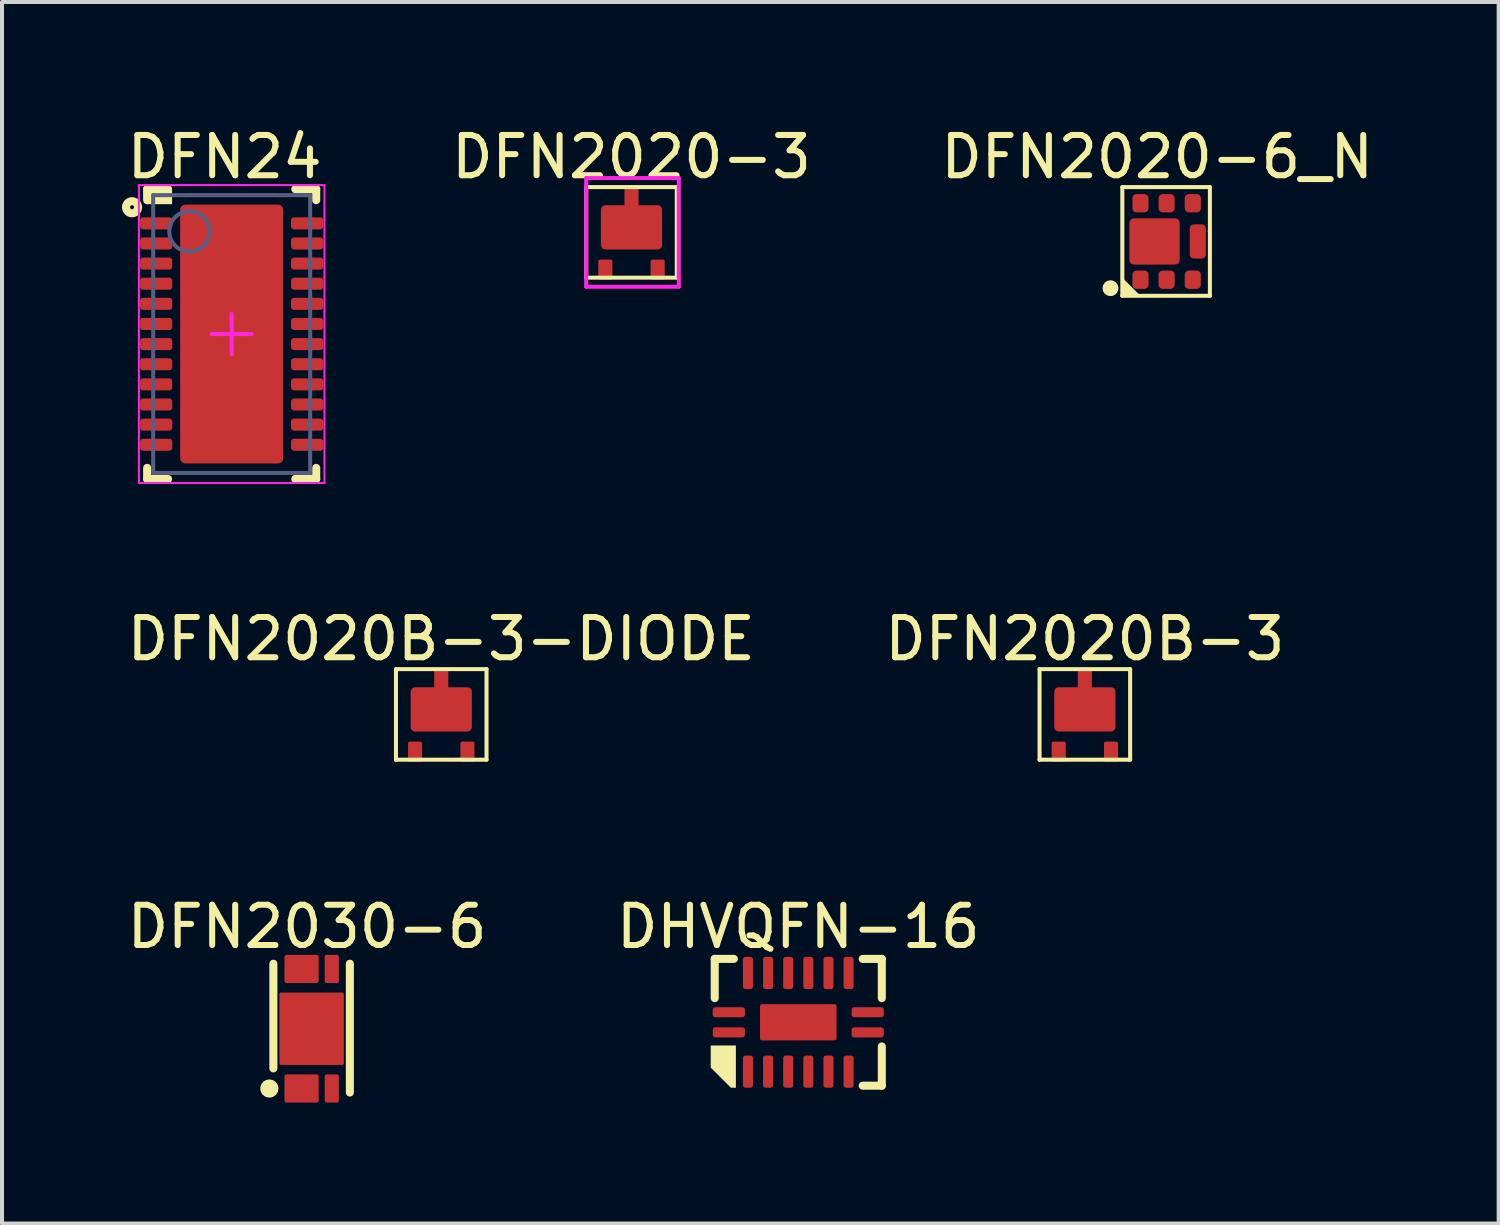
<source format=kicad_pcb>
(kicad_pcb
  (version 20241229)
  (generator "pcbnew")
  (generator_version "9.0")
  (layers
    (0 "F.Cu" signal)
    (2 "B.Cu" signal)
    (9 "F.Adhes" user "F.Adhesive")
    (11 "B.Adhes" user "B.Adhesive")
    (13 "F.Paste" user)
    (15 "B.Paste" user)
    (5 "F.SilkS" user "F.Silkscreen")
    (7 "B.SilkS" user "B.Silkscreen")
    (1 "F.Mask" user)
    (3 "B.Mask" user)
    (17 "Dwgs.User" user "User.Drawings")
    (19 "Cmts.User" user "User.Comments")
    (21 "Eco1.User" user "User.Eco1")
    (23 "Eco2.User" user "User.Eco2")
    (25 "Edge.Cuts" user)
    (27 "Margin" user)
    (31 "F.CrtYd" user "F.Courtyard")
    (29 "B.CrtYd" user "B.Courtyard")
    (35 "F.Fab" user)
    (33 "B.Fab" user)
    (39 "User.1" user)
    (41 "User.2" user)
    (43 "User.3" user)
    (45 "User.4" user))
  (footprint "DFN2030-6"
    (layer "F.Cu")
    (at 4.441 23.89)
    (property "Reference" "DFN2030-6" (at 0.137 -3.92 0) (layer "F.SilkS") (effects (font (size 1 1) (thickness 0.15))))
    (fp_line (start -0.7 -0.4) (end -0.7 -3) (stroke (width 0.2) (type solid)) (layer "F.SilkS"))
    (fp_line (start 1.2 0.2) (end 1.2 -3) (stroke (width 0.2) (type solid)) (layer "F.SilkS"))
    (fp_arc (start -0.7 0.1) (mid -0.897325 0.122975) (end -0.710557 0.055279) (stroke (width 0.254) (type solid)) (layer "F.SilkS"))
    (pad "1" smd roundrect (at 0 0.1) (size 0.85 0.7) (layers "F.Cu" "F.Mask" "F.Paste") (roundrect_rratio 0.075))
    (pad "2" smd roundrect (at 0.75 0.1) (size 0.35 0.7) (layers "F.Cu" "F.Mask" "F.Paste") (roundrect_rratio 0.125))
    (pad "3" smd roundrect (at 0.75 -2.87) (size 0.35 0.7) (layers "F.Cu" "F.Mask" "F.Paste") (roundrect_rratio 0.125))
    (pad "4" smd roundrect (at 0 -2.87) (size 0.85 0.7) (layers "F.Cu" "F.Mask" "F.Paste") (roundrect_rratio 0.075))
    (pad "5" smd roundrect (at 0.25 -1.385) (size 1.6 1.8) (layers "F.Cu" "F.Mask" "F.Paste") (roundrect_rratio 0.025)))
  (footprint "DFN2020-6_N"
    (layer "F.Cu")
    (at 25.93 2.948)
    (property "Reference" "DFN2020-6_N" (at -0.234 -2.1 0) (layer "F.SilkS") (effects (font (size 1 1) (thickness 0.15))))
    (fp_line (start -1.1 -1.35) (end 1.075 -1.35) (stroke (width 0.1) (type solid)) (layer "F.SilkS"))
    (fp_line (start -1.1 1.35) (end -1.1 -1.35) (stroke (width 0.1) (type solid)) (layer "F.SilkS"))
    (fp_line (start -1.1 1.35) (end 1.075 1.35) (stroke (width 0.1) (type solid)) (layer "F.SilkS"))
    (fp_line (start 1.075 1.35) (end 1.075 -1.35) (stroke (width 0.1) (type solid)) (layer "F.SilkS"))
    (fp_arc (start -1.325003 1.174998) (mid -1.465041 1.159989) (end -1.324592 1.149506) (stroke (width 0.254) (type solid)) (layer "F.SilkS"))
    (fp_poly (pts (xy -1.1 1.35) (xy -0.65 1.35) (xy -1.1 0.9)) (stroke (width 0) (type default)) (fill yes) (layer "F.SilkS"))
    (pad "D" smd roundrect (at -0.65 -0.95) (size 0.4 0.455) (layers "F.Cu" "F.Mask" "F.Paste") (roundrect_rratio 0.25))
    (pad "D" smd roundrect (at -0.65 0.95) (size 0.4 0.455) (layers "F.Cu" "F.Mask" "F.Paste") (roundrect_rratio 0.25))
    (pad "D" smd roundrect (at -0.3 0) (size 1.25 1.15) (layers "F.Cu" "F.Mask" "F.Paste") (roundrect_rratio 0.1))
    (pad "D" smd roundrect (at 0 -0.95) (size 0.4 0.455) (layers "F.Cu" "F.Mask" "F.Paste") (roundrect_rratio 0.25))
    (pad "D" smd roundrect (at 0 0.95) (size 0.4 0.455) (layers "F.Cu" "F.Mask" "F.Paste") (roundrect_rratio 0.25))
    (pad "G" smd roundrect (at 0.65 0.95) (size 0.4 0.455) (layers "F.Cu" "F.Mask" "F.Paste") (roundrect_rratio 0.25))
    (pad "S" smd roundrect (at 0.65 -0.95) (size 0.4 0.455) (layers "F.Cu" "F.Mask" "F.Paste") (roundrect_rratio 0.25))
    (pad "S" smd roundrect (at 0.775 0) (size 0.4 0.85) (layers "F.Cu" "F.Mask" "F.Paste") (roundrect_rratio 0.25)))
  (footprint "DHVQFN-16"
    (layer "F.Cu")
    (at 16.78 22.345)
    (property "Reference" "DHVQFN-16" (at -0.00002 -2.375 0) (layer "F.SilkS") (effects (font (size 1 1) (thickness 0.15))))
    (fp_line (start -2.075 -1.575) (end -1.6 -1.575) (stroke (width 0.2) (type solid)) (layer "F.SilkS"))
    (fp_line (start -2.075 -0.6) (end -2.075 -1.575) (stroke (width 0.2) (type solid)) (layer "F.SilkS"))
    (fp_line (start 1.6 -1.575) (end 2.075 -1.575) (stroke (width 0.2) (type solid)) (layer "F.SilkS"))
    (fp_line (start 1.6 1.575) (end 2.075 1.575) (stroke (width 0.2) (type solid)) (layer "F.SilkS"))
    (fp_line (start 2.075 -0.6) (end 2.075 -1.575) (stroke (width 0.2) (type solid)) (layer "F.SilkS"))
    (fp_line (start 2.075 1.575) (end 2.075 0.6) (stroke (width 0.2) (type solid)) (layer "F.SilkS"))
    (fp_poly (pts (xy -2.175 0.575) (xy -1.55 1.2) (xy -1.55 1.625) (xy -1.675 1.625) (xy -2.175 1.125) (xy -2.175 0.575) (xy -1.55 0.575) (xy -1.55 1.222)) (stroke (width 0) (type default)) (fill yes) (layer "F.SilkS"))
    (fp_rect (start -0.55 0.2) (end -0.125 -0.225) (stroke (width 0) (type default)) (fill yes) (layer "F.Paste"))
    (fp_rect (start 0.55 -0.225) (end 0.125 0.2) (stroke (width 0) (type default)) (fill yes) (layer "F.Paste"))
    (fp_line (start -2.4 -1.9) (end 2.4 -1.9) (stroke (width 0.2) (type solid)) (layer "Eco2.User"))
    (fp_line (start -2.4 1.9) (end -2.4 -1.9) (stroke (width 0.2) (type solid)) (layer "Eco2.User"))
    (fp_line (start -2.4 1.9) (end 2.4 1.9) (stroke (width 0.2) (type solid)) (layer "Eco2.User"))
    (fp_line (start 2.4 1.9) (end 2.4 -1.9) (stroke (width 0.2) (type solid)) (layer "Eco2.User"))
    (pad "1" smd roundrect (at -1.725 0.25 90) (size 0.25 0.8) (layers "F.Cu" "F.Mask" "F.Paste") (roundrect_rratio 0.25))
    (pad "2" smd roundrect (at -1.25 1.225) (size 0.25 0.8) (layers "F.Cu" "F.Mask" "F.Paste") (roundrect_rratio 0.25))
    (pad "3" smd roundrect (at -0.75 1.225) (size 0.25 0.8) (layers "F.Cu" "F.Mask" "F.Paste") (roundrect_rratio 0.25))
    (pad "4" smd roundrect (at -0.25 1.225) (size 0.25 0.8) (layers "F.Cu" "F.Mask" "F.Paste") (roundrect_rratio 0.25))
    (pad "5" smd roundrect (at 0.25 1.225) (size 0.25 0.8) (layers "F.Cu" "F.Mask" "F.Paste") (roundrect_rratio 0.25))
    (pad "6" smd roundrect (at 0.75 1.225) (size 0.25 0.8) (layers "F.Cu" "F.Mask" "F.Paste") (roundrect_rratio 0.25))
    (pad "7" smd roundrect (at 1.25 1.225) (size 0.25 0.8) (layers "F.Cu" "F.Mask" "F.Paste") (roundrect_rratio 0.25))
    (pad "8" smd roundrect (at 1.725 0.25 90) (size 0.25 0.8) (layers "F.Cu" "F.Mask" "F.Paste") (roundrect_rratio 0.25))
    (pad "9" smd roundrect (at 1.725 -0.25 90) (size 0.25 0.8) (layers "F.Cu" "F.Mask" "F.Paste") (roundrect_rratio 0.25))
    (pad "10" smd roundrect (at 1.25 -1.225) (size 0.25 0.8) (layers "F.Cu" "F.Mask" "F.Paste") (roundrect_rratio 0.25))
    (pad "11" smd roundrect (at 0.75 -1.225) (size 0.25 0.8) (layers "F.Cu" "F.Mask" "F.Paste") (roundrect_rratio 0.25))
    (pad "12" smd roundrect (at 0.25 -1.225) (size 0.25 0.8) (layers "F.Cu" "F.Mask" "F.Paste") (roundrect_rratio 0.25))
    (pad "13" smd roundrect (at -0.25 -1.225) (size 0.25 0.8) (layers "F.Cu" "F.Mask" "F.Paste") (roundrect_rratio 0.25))
    (pad "14" smd roundrect (at -0.75 -1.225) (size 0.25 0.8) (layers "F.Cu" "F.Mask" "F.Paste") (roundrect_rratio 0.25))
    (pad "15" smd roundrect (at -1.25 -1.225) (size 0.25 0.8) (layers "F.Cu" "F.Mask" "F.Paste") (roundrect_rratio 0.25))
    (pad "16" smd roundrect (at -1.725 -0.25 90) (size 0.25 0.8) (layers "F.Cu" "F.Mask" "F.Paste") (roundrect_rratio 0.25))
    (pad "16" smd roundrect (at 0 0 90) (size 0.9 1.9) (layers "F.Cu" "F.Mask" "F.Paste") (roundrect_rratio 0.05)))
  (footprint "DFN2020B-3-DIODE"
    (layer "F.Cu")
    (at 7.911 14.572)
    (property "Reference" "DFN2020B-3-DIODE" (at 0 -1.75 0) (layer "F.SilkS") (effects (font (size 1 1) (thickness 0.15))))
    (fp_line (start -1.125 -1) (end 1.125 -1) (stroke (width 0.1) (type solid)) (layer "F.SilkS"))
    (fp_line (start -1.125 1.25) (end -1.125 -1) (stroke (width 0.1) (type solid)) (layer "F.SilkS"))
    (fp_line (start -1.125 1.25) (end 1.125 1.25) (stroke (width 0.1) (type solid)) (layer "F.SilkS"))
    (fp_line (start 1.125 1.25) (end 1.125 -1) (stroke (width 0.1) (type solid)) (layer "F.SilkS"))
    (fp_line (start -1.2 -1.2) (end 1.2 -1.2) (stroke (width 0.1) (type solid)) (layer "Eco2.User"))
    (fp_line (start -1.2 1.5) (end -1.2 -1.2) (stroke (width 0.1) (type solid)) (layer "Eco2.User"))
    (fp_line (start -1.2 1.5) (end 1.2 1.5) (stroke (width 0.1) (type solid)) (layer "Eco2.User"))
    (fp_line (start 1.2 1.5) (end 1.2 -1.2) (stroke (width 0.1) (type solid)) (layer "Eco2.User"))
    (pad "A" smd roundrect (at -0.65 1.05) (size 0.35 0.5) (layers "F.Cu" "F.Mask" "F.Paste") (roundrect_rratio 0.125))
    (pad "A" smd roundrect (at 0.65 1.05) (size 0.35 0.5) (layers "F.Cu" "F.Mask" "F.Paste") (roundrect_rratio 0.125))
    (pad "K" smd roundrect (at 0 -0.725) (size 0.35 0.6) (layers "F.Cu" "F.Mask" "F.Paste") (roundrect_rratio 0.125))
    (pad "K" smd roundrect (at 0 0) (size 1.52 1.1) (layers "F.Cu" "F.Mask" "F.Paste") (roundrect_rratio 0.1)))
  (footprint "DFN24"
    (layer "F.Cu")
    (at 2.705 5.248)
    (property "Reference" "DFN24" (at -0.175 -4.4 0) (layer "F.SilkS") (effects (font (size 1 1) (thickness 0.15))))
    (fp_line (start -2.1 -3.6) (end -1.58 -3.6) (stroke (width 0.2) (type solid)) (layer "F.SilkS"))
    (fp_line (start -2.1 -3.325) (end -2.1 -3.6) (stroke (width 0.2) (type solid)) (layer "F.SilkS"))
    (fp_line (start -2.1 3.6) (end -2.1 3.325) (stroke (width 0.2) (type solid)) (layer "F.SilkS"))
    (fp_line (start -2.1 3.6) (end -1.58 3.6) (stroke (width 0.2) (type solid)) (layer "F.SilkS"))
    (fp_line (start 1.58 -3.6) (end 2.1 -3.6) (stroke (width 0.2) (type solid)) (layer "F.SilkS"))
    (fp_line (start 1.58 3.6) (end 2.1 3.6) (stroke (width 0.2) (type solid)) (layer "F.SilkS"))
    (fp_line (start 2.1 -3.325) (end 2.1 -3.6) (stroke (width 0.2) (type solid)) (layer "F.SilkS"))
    (fp_line (start 2.1 3.6) (end 2.1 3.325) (stroke (width 0.2) (type solid)) (layer "F.SilkS"))
    (fp_rect (start -2.1 -3.226) (end -1.48 -3.6) (stroke (width 0) (type default)) (fill yes) (layer "F.SilkS"))
    (fp_circle (center -2.475 -3.15) (end -2.475 -3.2) (stroke (width 0.2) (type solid)) (fill no) (layer "F.SilkS"))
    (fp_rect (start -1.18 -2.035) (end -0.1 -3.125) (stroke (width 0) (type default)) (fill yes) (layer "F.Paste"))
    (fp_rect (start -1.18 -0.745) (end -0.1 -1.835) (stroke (width 0) (type default)) (fill yes) (layer "F.Paste"))
    (fp_rect (start -1.18 0.545) (end -0.1 -0.545) (stroke (width 0) (type default)) (fill yes) (layer "F.Paste"))
    (fp_rect (start -1.18 1.835) (end -0.1 0.745) (stroke (width 0) (type default)) (fill yes) (layer "F.Paste"))
    (fp_rect (start -1.18 3.125) (end -0.1 2.035) (stroke (width 0) (type default)) (fill yes) (layer "F.Paste"))
    (fp_rect (start 0.1 -2.035) (end 1.18 -3.125) (stroke (width 0) (type default)) (fill yes) (layer "F.Paste"))
    (fp_rect (start 0.1 -0.745) (end 1.18 -1.835) (stroke (width 0) (type default)) (fill yes) (layer "F.Paste"))
    (fp_rect (start 0.1 0.545) (end 1.18 -0.545) (stroke (width 0) (type default)) (fill yes) (layer "F.Paste"))
    (fp_rect (start 0.1 1.835) (end 1.18 0.745) (stroke (width 0) (type default)) (fill yes) (layer "F.Paste"))
    (fp_rect (start 0.1 3.125) (end 1.18 2.035) (stroke (width 0) (type default)) (fill yes) (layer "F.Paste"))
    (fp_line (start -2.305 -3.7) (end 2.305 -3.7) (stroke (width 0.05) (type solid)) (layer "F.CrtYd"))
    (fp_line (start -2.305 3.7) (end -2.305 -3.7) (stroke (width 0.05) (type solid)) (layer "F.CrtYd"))
    (fp_line (start -2.305 3.7) (end 2.305 3.7) (stroke (width 0.05) (type solid)) (layer "F.CrtYd"))
    (fp_line (start -0.5 0) (end 0.5 0) (stroke (width 0.1) (type solid)) (layer "F.CrtYd"))
    (fp_line (start 0 0.5) (end 0 -0.5) (stroke (width 0.1) (type solid)) (layer "F.CrtYd"))
    (fp_line (start 2.305 3.7) (end 2.305 -3.7) (stroke (width 0.05) (type solid)) (layer "F.CrtYd"))
    (fp_line (start -1.95 -3.45) (end 1.95 -3.45) (stroke (width 0.1) (type solid)) (layer "B.Fab"))
    (fp_line (start -1.95 3.45) (end -1.95 -3.45) (stroke (width 0.1) (type solid)) (layer "B.Fab"))
    (fp_line (start -1.95 3.45) (end 1.95 3.45) (stroke (width 0.1) (type solid)) (layer "B.Fab"))
    (fp_line (start 1.95 3.45) (end 1.95 -3.45) (stroke (width 0.1) (type solid)) (layer "B.Fab"))
    (fp_circle (center -1.05 -2.55) (end -1.05 -3.05) (stroke (width 0.1) (type solid)) (fill no) (layer "B.Fab"))
    (pad "1" smd roundrect (at -1.875 -2.75 90) (size 0.3 0.8) (layers "F.Cu" "F.Mask" "F.Paste") (roundrect_rratio 0.25))
    (pad "2" smd roundrect (at -1.875 -2.25 90) (size 0.3 0.8) (layers "F.Cu" "F.Mask" "F.Paste") (roundrect_rratio 0.25))
    (pad "3" smd roundrect (at -1.875 -1.75 90) (size 0.3 0.8) (layers "F.Cu" "F.Mask" "F.Paste") (roundrect_rratio 0.25))
    (pad "4" smd roundrect (at -1.875 -1.25 90) (size 0.3 0.8) (layers "F.Cu" "F.Mask" "F.Paste") (roundrect_rratio 0.25))
    (pad "5" smd roundrect (at -1.875 -0.75 90) (size 0.3 0.8) (layers "F.Cu" "F.Mask" "F.Paste") (roundrect_rratio 0.25))
    (pad "6" smd roundrect (at -1.875 -0.25 90) (size 0.3 0.8) (layers "F.Cu" "F.Mask" "F.Paste") (roundrect_rratio 0.25))
    (pad "7" smd roundrect (at -1.875 0.25 90) (size 0.3 0.8) (layers "F.Cu" "F.Mask" "F.Paste") (roundrect_rratio 0.25))
    (pad "8" smd roundrect (at -1.875 0.75 90) (size 0.3 0.8) (layers "F.Cu" "F.Mask" "F.Paste") (roundrect_rratio 0.25))
    (pad "9" smd roundrect (at -1.875 1.25 90) (size 0.3 0.8) (layers "F.Cu" "F.Mask" "F.Paste") (roundrect_rratio 0.25))
    (pad "10" smd roundrect (at -1.875 1.75 90) (size 0.3 0.8) (layers "F.Cu" "F.Mask" "F.Paste") (roundrect_rratio 0.25))
    (pad "11" smd roundrect (at -1.875 2.25 90) (size 0.3 0.8) (layers "F.Cu" "F.Mask" "F.Paste") (roundrect_rratio 0.25))
    (pad "12" smd roundrect (at -1.875 2.75 90) (size 0.3 0.8) (layers "F.Cu" "F.Mask" "F.Paste") (roundrect_rratio 0.25))
    (pad "13" smd roundrect (at 1.875 2.75 90) (size 0.3 0.8) (layers "F.Cu" "F.Mask" "F.Paste") (roundrect_rratio 0.25))
    (pad "14" smd roundrect (at 1.875 2.25 90) (size 0.3 0.8) (layers "F.Cu" "F.Mask" "F.Paste") (roundrect_rratio 0.25))
    (pad "15" smd roundrect (at 1.875 1.75 90) (size 0.3 0.8) (layers "F.Cu" "F.Mask" "F.Paste") (roundrect_rratio 0.25))
    (pad "16" smd roundrect (at 1.875 1.25 90) (size 0.3 0.8) (layers "F.Cu" "F.Mask" "F.Paste") (roundrect_rratio 0.25))
    (pad "17" smd roundrect (at 1.875 0.75 90) (size 0.3 0.8) (layers "F.Cu" "F.Mask" "F.Paste") (roundrect_rratio 0.25))
    (pad "18" smd roundrect (at 1.875 0.25 90) (size 0.3 0.8) (layers "F.Cu" "F.Mask" "F.Paste") (roundrect_rratio 0.25))
    (pad "19" smd roundrect (at 1.875 -0.25 90) (size 0.3 0.8) (layers "F.Cu" "F.Mask" "F.Paste") (roundrect_rratio 0.25))
    (pad "20" smd roundrect (at 1.875 -0.75 90) (size 0.3 0.8) (layers "F.Cu" "F.Mask" "F.Paste") (roundrect_rratio 0.25))
    (pad "21" smd roundrect (at 1.875 -1.25 90) (size 0.3 0.8) (layers "F.Cu" "F.Mask" "F.Paste") (roundrect_rratio 0.25))
    (pad "22" smd roundrect (at 1.875 -1.75 90) (size 0.3 0.8) (layers "F.Cu" "F.Mask" "F.Paste") (roundrect_rratio 0.25))
    (pad "23" smd roundrect (at 1.875 -2.25 90) (size 0.3 0.8) (layers "F.Cu" "F.Mask" "F.Paste") (roundrect_rratio 0.25))
    (pad "24" smd roundrect (at 1.875 -2.75 90) (size 0.3 0.8) (layers "F.Cu" "F.Mask" "F.Paste") (roundrect_rratio 0.25))
    (pad "25" smd roundrect (at 0 0 90) (size 6.43 2.56) (layers "F.Cu" "F.Mask" "F.Paste") (roundrect_rratio 0.05)))
  (footprint "DFN2020-3"
    (layer "F.Cu")
    (at 12.637 2.598)
    (property "Reference" "DFN2020-3" (at 0 -1.75 0) (layer "F.SilkS") (effects (font (size 1 1) (thickness 0.15))))
    (fp_line (start -1.125 -1) (end 1.125 -1) (stroke (width 0.1) (type solid)) (layer "F.SilkS"))
    (fp_line (start -1.125 1.25) (end -1.125 -1) (stroke (width 0.1) (type solid)) (layer "F.SilkS"))
    (fp_line (start -1.125 1.25) (end 1.125 1.25) (stroke (width 0.1) (type solid)) (layer "F.SilkS"))
    (fp_line (start 1.125 1.25) (end 1.125 -1) (stroke (width 0.1) (type solid)) (layer "F.SilkS"))
    (fp_line (start -1.125 -1.225) (end 1.175 -1.225) (stroke (width 0.1) (type solid)) (layer "F.CrtYd"))
    (fp_line (start -1.125 1.475) (end -1.125 -1.225) (stroke (width 0.1) (type solid)) (layer "F.CrtYd"))
    (fp_line (start -1.125 1.475) (end 1.175 1.475) (stroke (width 0.1) (type solid)) (layer "F.CrtYd"))
    (fp_line (start 1.175 1.475) (end 1.175 -1.225) (stroke (width 0.1) (type solid)) (layer "F.CrtYd"))
    (pad "1" smd roundrect (at -0.65 1.05) (size 0.35 0.5) (layers "F.Cu" "F.Mask" "F.Paste") (roundrect_rratio 0.125))
    (pad "2" smd roundrect (at 0.65 1.05) (size 0.35 0.5) (layers "F.Cu" "F.Mask" "F.Paste") (roundrect_rratio 0.125))
    (pad "3" smd roundrect (at 0 -0.725) (size 0.35 0.6) (layers "F.Cu" "F.Mask" "F.Paste") (roundrect_rratio 0.125))
    (pad "3" smd roundrect (at 0 0) (size 1.52 1.1) (layers "F.Cu" "F.Mask" "F.Paste") (roundrect_rratio 0.1)))
  (footprint "DFN2020B-3"
    (layer "F.Cu")
    (at 23.899 14.572)
    (property "Reference" "DFN2020B-3" (at 0 -1.75 0) (layer "F.SilkS") (effects (font (size 1 1) (thickness 0.15))))
    (fp_line (start -1.125 -1) (end 1.125 -1) (stroke (width 0.1) (type solid)) (layer "F.SilkS"))
    (fp_line (start -1.125 1.25) (end -1.125 -1) (stroke (width 0.1) (type solid)) (layer "F.SilkS"))
    (fp_line (start -1.125 1.25) (end 1.125 1.25) (stroke (width 0.1) (type solid)) (layer "F.SilkS"))
    (fp_line (start 1.125 1.25) (end 1.125 -1) (stroke (width 0.1) (type solid)) (layer "F.SilkS"))
    (fp_line (start -1.2 -1.225) (end 1.2 -1.225) (stroke (width 0.1) (type solid)) (layer "Eco2.User"))
    (fp_line (start -1.2 1.475) (end -1.2 -1.225) (stroke (width 0.1) (type solid)) (layer "Eco2.User"))
    (fp_line (start -1.2 1.475) (end 1.2 1.475) (stroke (width 0.1) (type solid)) (layer "Eco2.User"))
    (fp_line (start 1.2 1.475) (end 1.2 -1.225) (stroke (width 0.1) (type solid)) (layer "Eco2.User"))
    (pad "1" smd roundrect (at -0.65 1.05) (size 0.35 0.5) (layers "F.Cu" "F.Mask" "F.Paste") (roundrect_rratio 0.125))
    (pad "2" smd roundrect (at 0.65 1.05) (size 0.35 0.5) (layers "F.Cu" "F.Mask" "F.Paste") (roundrect_rratio 0.125))
    (pad "3" smd roundrect (at 0 -0.725) (size 0.35 0.6) (layers "F.Cu" "F.Mask" "F.Paste") (roundrect_rratio 0.125))
    (pad "3" smd roundrect (at 0 0) (size 1.52 1.1) (layers "F.Cu" "F.Mask" "F.Paste") (roundrect_rratio 0.1)))
  (gr_rect
    (start -3 -3)
    (end 34.179 27.345)
    (stroke (width 0.1) (type default))
    (fill no)
    (layer "Edge.Cuts")))
</source>
